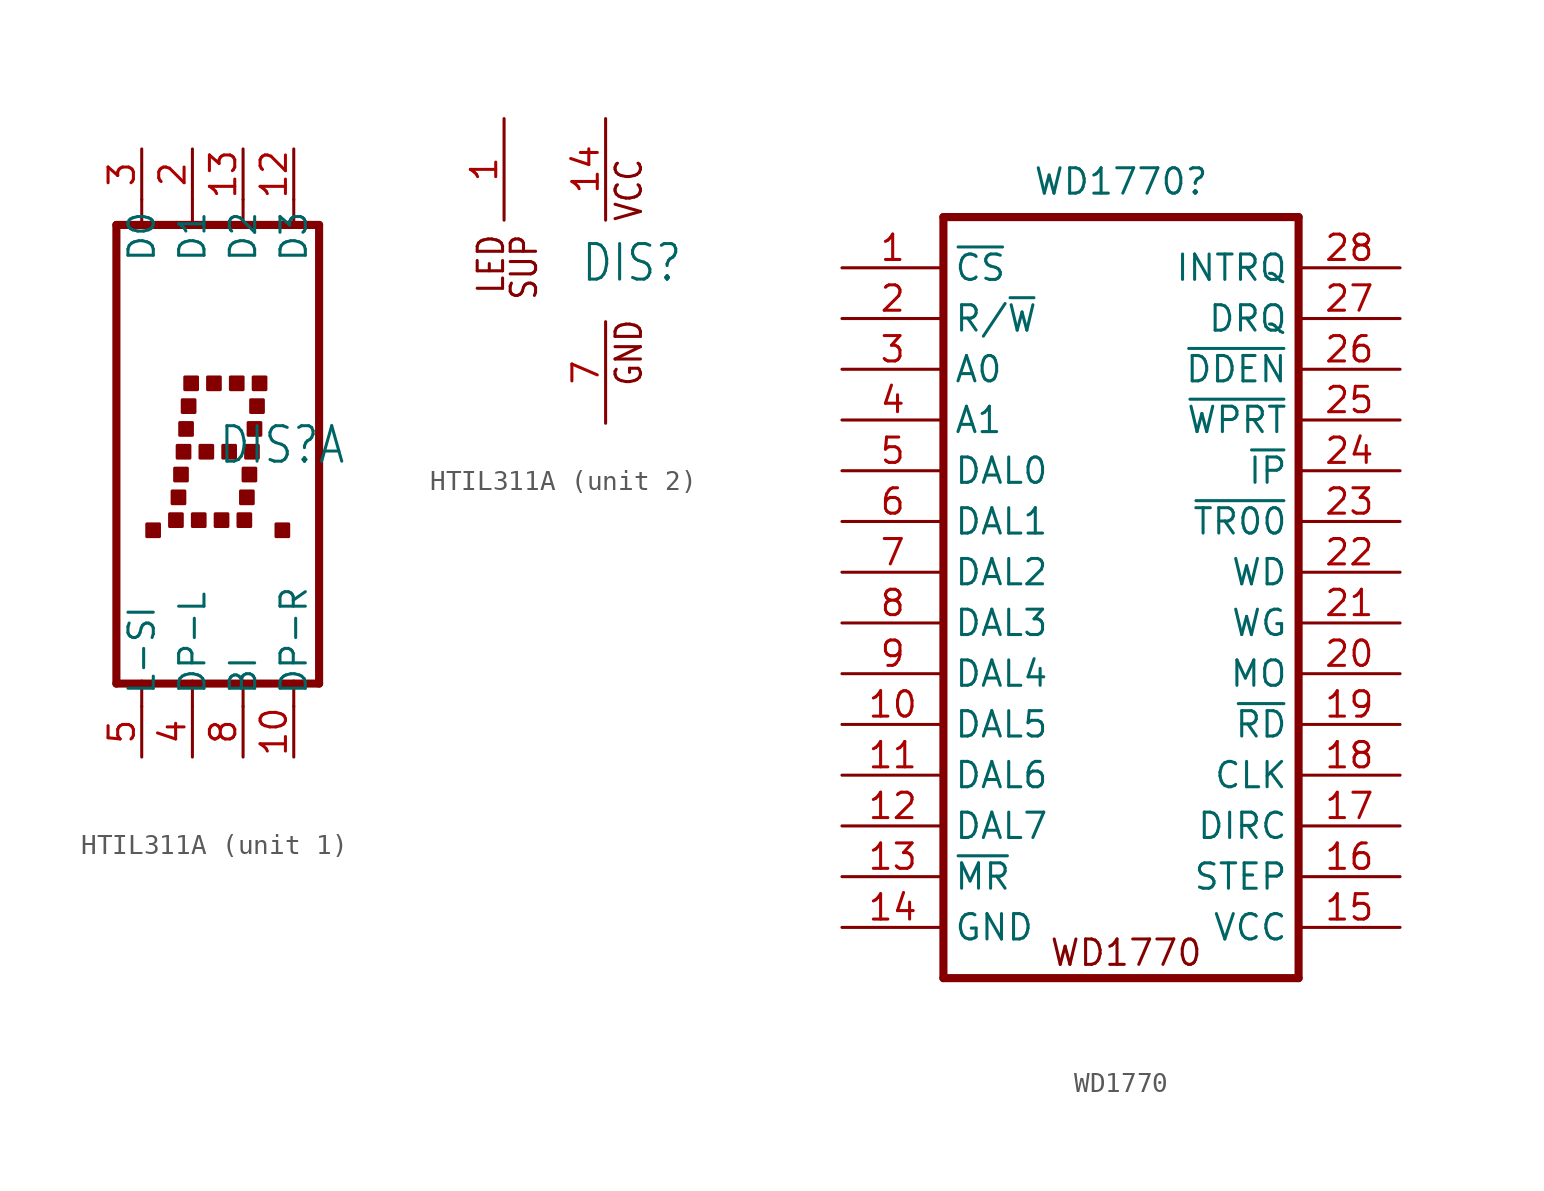
<source format=kicad_sym>
(kicad_symbol_lib
  (version 20231120)
  (generator "kicad_symbol_editor")
  (generator_version "8.0")
  (symbol "HTIL311A"
    (property "Reference" "DIS"
      (at -1.27 -0.635 0)
      (effects (font (size 1.778 1.511)) (justify left bottom)))
    (property "ki_locked" ""
      (at 0 0 0)
      (effects (font (size 1.27 1.27))))
    (symbol "HTIL311A_1_0"
      (rectangle (start -4.826 -4.191) (end -4.191 -3.556) (stroke (width 0) (type default)) (fill (type outline)))
      (rectangle (start -3.683 -3.683) (end -3.048 -3.048) (stroke (width 0) (type default)) (fill (type outline)))
      (rectangle (start -3.556 -2.54) (end -2.921 -1.905) (stroke (width 0) (type default)) (fill (type outline)))
      (rectangle (start -3.429 -1.397) (end -2.794 -0.762) (stroke (width 0) (type default)) (fill (type outline)))
      (rectangle (start -3.302 -0.254) (end -2.667 0.381) (stroke (width 0) (type default)) (fill (type outline)))
      (rectangle (start -3.175 0.889) (end -2.54 1.524) (stroke (width 0) (type default)) (fill (type outline)))
      (rectangle (start -3.048 2.032) (end -2.413 2.667) (stroke (width 0) (type default)) (fill (type outline)))
      (rectangle (start -2.921 3.175) (end -2.286 3.81) (stroke (width 0) (type default)) (fill (type outline)))
      (rectangle (start -2.54 -3.683) (end -1.905 -3.048) (stroke (width 0) (type default)) (fill (type outline)))
      (rectangle (start -2.159 -0.254) (end -1.524 0.381) (stroke (width 0) (type default)) (fill (type outline)))
      (rectangle (start -1.778 3.175) (end -1.143 3.81) (stroke (width 0) (type default)) (fill (type outline)))
      (rectangle (start -1.397 -3.683) (end -0.762 -3.048) (stroke (width 0) (type default)) (fill (type outline)))
      (rectangle (start -1.016 -0.254) (end -0.381 0.381) (stroke (width 0) (type default)) (fill (type outline)))
      (rectangle (start -0.635 3.175) (end 0 3.81) (stroke (width 0) (type default)) (fill (type outline)))
      (rectangle (start -0.254 -3.683) (end 0.381 -3.048) (stroke (width 0) (type default)) (fill (type outline)))
      (rectangle (start -0.127 -2.54) (end 0.508 -1.905) (stroke (width 0) (type default)) (fill (type outline)))
      (rectangle (start 0 -1.397) (end 0.635 -0.762) (stroke (width 0) (type default)) (fill (type outline)))
      (polyline (pts (xy -6.35 -11.557) (xy -6.35 11.43)) (stroke (width 0.406) (type solid)) (fill (type none)))
      (polyline (pts (xy -6.35 -11.557) (xy 3.81 -11.557)) (stroke (width 0.406) (type solid)) (fill (type none)))
      (polyline (pts (xy -6.35 11.43) (xy -5.08 11.43)) (stroke (width 0.406) (type solid)) (fill (type none)))
      (polyline (pts (xy -5.08 -11.43) (xy -5.08 -12.7)) (stroke (width 0.152) (type solid)) (fill (type none)))
      (polyline (pts (xy -5.08 11.43) (xy -2.54 11.43)) (stroke (width 0.406) (type solid)) (fill (type none)))
      (polyline (pts (xy -5.08 12.7) (xy -5.08 11.43)) (stroke (width 0.152) (type solid)) (fill (type none)))
      (polyline (pts (xy -2.54 -11.43) (xy -2.54 -12.7)) (stroke (width 0.152) (type solid)) (fill (type none)))
      (polyline (pts (xy -2.54 11.43) (xy 0 11.43)) (stroke (width 0.406) (type solid)) (fill (type none)))
      (polyline (pts (xy -2.54 12.7) (xy -2.54 11.43)) (stroke (width 0.152) (type solid)) (fill (type none)))
      (polyline (pts (xy 0 -11.43) (xy 0 -12.7)) (stroke (width 0.152) (type solid)) (fill (type none)))
      (polyline (pts (xy 0 11.43) (xy 2.54 11.43)) (stroke (width 0.406) (type solid)) (fill (type none)))
      (polyline (pts (xy 0 12.7) (xy 0 11.43)) (stroke (width 0.152) (type solid)) (fill (type none)))
      (polyline (pts (xy 2.54 -11.43) (xy 2.54 -12.7)) (stroke (width 0.152) (type solid)) (fill (type none)))
      (polyline (pts (xy 2.54 11.43) (xy 3.81 11.43)) (stroke (width 0.406) (type solid)) (fill (type none)))
      (polyline (pts (xy 2.54 12.7) (xy 2.54 11.43)) (stroke (width 0.152) (type solid)) (fill (type none)))
      (polyline (pts (xy 3.81 11.43) (xy 3.81 -11.557)) (stroke (width 0.406) (type solid)) (fill (type none)))
      (rectangle (start 0.127 -0.254) (end 0.762 0.381) (stroke (width 0) (type default)) (fill (type outline)))
      (rectangle (start 0.254 0.889) (end 0.889 1.524) (stroke (width 0) (type default)) (fill (type outline)))
      (rectangle (start 0.381 2.032) (end 1.016 2.667) (stroke (width 0) (type default)) (fill (type outline)))
      (rectangle (start 0.508 3.175) (end 1.143 3.81) (stroke (width 0) (type default)) (fill (type outline)))
      (rectangle (start 1.651 -4.191) (end 2.286 -3.556) (stroke (width 0) (type default)) (fill (type outline)))
      (pin input line (at 2.54 -15.24 90) (length 2.54) (name "DP-R" (effects (font (size 1.27 1.27)))) (number "10" (effects (font (size 1.27 1.27)))))
      (pin input line (at 2.54 15.24 270) (length 2.54) (name "D3" (effects (font (size 1.27 1.27)))) (number "12" (effects (font (size 1.27 1.27)))))
      (pin input line (at 0 15.24 270) (length 2.54) (name "D2" (effects (font (size 1.27 1.27)))) (number "13" (effects (font (size 1.27 1.27)))))
      (pin input line (at -2.54 15.24 270) (length 2.54) (name "D1" (effects (font (size 1.27 1.27)))) (number "2" (effects (font (size 1.27 1.27)))))
      (pin input line (at -5.08 15.24 270) (length 2.54) (name "D0" (effects (font (size 1.27 1.27)))) (number "3" (effects (font (size 1.27 1.27)))))
      (pin input line (at -2.54 -15.24 90) (length 2.54) (name "DP-L" (effects (font (size 1.27 1.27)))) (number "4" (effects (font (size 1.27 1.27)))))
      (pin input line (at -5.08 -15.24 90) (length 2.54) (name "L-SI" (effects (font (size 1.27 1.27)))) (number "5" (effects (font (size 1.27 1.27)))))
      (pin input line (at 0 -15.24 90) (length 2.54) (name "BI" (effects (font (size 1.27 1.27)))) (number "8" (effects (font (size 1.27 1.27))))))
    (symbol "HTIL311A_2_0"
      (text "GND" (at 1.905 -5.842 900) (effects (font (size 1.27 1.079)) (justify left bottom)))
      (text "LED" (at -6.477 1.905 900) (effects (font (size 1.27 1.079)) (justify right top)))
      (text "SUP" (at -4.826 1.905 900) (effects (font (size 1.27 1.079)) (justify right top)))
      (text "VCC" (at 1.905 2.413 900) (effects (font (size 1.27 1.079)) (justify left bottom)))
      (pin input line (at -5.08 7.62 270) (length 5.08) (name "LEDSUP" (effects (font (size 0 0)))) (number "1" (effects (font (size 1.27 1.27)))))
      (pin power_in line (at 0 7.62 270) (length 5.08) (name "VCC" (effects (font (size 0 0)))) (number "14" (effects (font (size 1.27 1.27)))))
      (pin power_in line (at 0 -7.62 90) (length 5.08) (name "GND" (effects (font (size 0 0)))) (number "7" (effects (font (size 1.27 1.27)))))))
  (symbol "WD1770"
    (property "Reference" "WD1770"
      (at -1.27 28.448 0)
      (effects (font (size 1.27 1.27))))
    (property "Value" ""
      (at -1.27 -1.27 0)
      (effects (font (size 1.27 1.27))))
    (symbol "WD1770_1_0"
      (polyline (pts (xy -10.16 -11.43) (xy -10.16 26.67)) (stroke (width 0.406) (type solid)) (fill (type none)))
      (polyline (pts (xy -10.16 -11.43) (xy 7.62 -11.43)) (stroke (width 0.406) (type solid)) (fill (type none)))
      (polyline (pts (xy 7.62 26.67) (xy -10.16 26.67)) (stroke (width 0.406) (type solid)) (fill (type none)))
      (polyline (pts (xy 7.62 26.67) (xy 7.62 -11.43)) (stroke (width 0.406) (type solid)) (fill (type none)))
      (pin input line (at -15.24 24.13 0) (length 5.08) (name "~{CS}" (effects (font (size 1.27 1.27)))) (number "1" (effects (font (size 1.27 1.27)))))
      (pin bidirectional line (at -15.24 1.27 0) (length 5.08) (name "DAL5" (effects (font (size 1.27 1.27)))) (number "10" (effects (font (size 1.27 1.27)))))
      (pin bidirectional line (at -15.24 -1.27 0) (length 5.08) (name "DAL6" (effects (font (size 1.27 1.27)))) (number "11" (effects (font (size 1.27 1.27)))))
      (pin bidirectional line (at -15.24 -3.81 0) (length 5.08) (name "DAL7" (effects (font (size 1.27 1.27)))) (number "12" (effects (font (size 1.27 1.27)))))
      (pin input line (at -15.24 -6.35 0) (length 5.08) (name "~{MR}" (effects (font (size 1.27 1.27)))) (number "13" (effects (font (size 1.27 1.27)))))
      (pin power_in line (at -15.24 -8.89 0) (length 5.08) (name "GND" (effects (font (size 1.27 1.27)))) (number "14" (effects (font (size 1.27 1.27)))))
      (pin power_in line (at 12.7 -8.89 180) (length 5.08) (name "VCC" (effects (font (size 1.27 1.27)))) (number "15" (effects (font (size 1.27 1.27)))))
      (pin output line (at 12.7 -6.35 180) (length 5.08) (name "STEP" (effects (font (size 1.27 1.27)))) (number "16" (effects (font (size 1.27 1.27)))))
      (pin output line (at 12.7 -3.81 180) (length 5.08) (name "DIRC" (effects (font (size 1.27 1.27)))) (number "17" (effects (font (size 1.27 1.27)))))
      (pin input line (at 12.7 -1.27 180) (length 5.08) (name "CLK" (effects (font (size 1.27 1.27)))) (number "18" (effects (font (size 1.27 1.27)))))
      (pin input line (at 12.7 1.27 180) (length 5.08) (name "~{RD}" (effects (font (size 1.27 1.27)))) (number "19" (effects (font (size 1.27 1.27)))))
      (pin input line (at -15.24 21.59 0) (length 5.08) (name "R/~{W}" (effects (font (size 1.27 1.27)))) (number "2" (effects (font (size 1.27 1.27)))))
      (pin output line (at 12.7 3.81 180) (length 5.08) (name "MO" (effects (font (size 1.27 1.27)))) (number "20" (effects (font (size 1.27 1.27)))))
      (pin output line (at 12.7 6.35 180) (length 5.08) (name "WG" (effects (font (size 1.27 1.27)))) (number "21" (effects (font (size 1.27 1.27)))))
      (pin output line (at 12.7 8.89 180) (length 5.08) (name "WD" (effects (font (size 1.27 1.27)))) (number "22" (effects (font (size 1.27 1.27)))))
      (pin input line (at 12.7 11.43 180) (length 5.08) (name "~{TR00}" (effects (font (size 1.27 1.27)))) (number "23" (effects (font (size 1.27 1.27)))))
      (pin input line (at 12.7 13.97 180) (length 5.08) (name "~{IP}" (effects (font (size 1.27 1.27)))) (number "24" (effects (font (size 1.27 1.27)))))
      (pin input line (at 12.7 16.51 180) (length 5.08) (name "~{WPRT}" (effects (font (size 1.27 1.27)))) (number "25" (effects (font (size 1.27 1.27)))))
      (pin input line (at 12.7 19.05 180) (length 5.08) (name "~{DDEN}" (effects (font (size 1.27 1.27)))) (number "26" (effects (font (size 1.27 1.27)))))
      (pin output line (at 12.7 21.59 180) (length 5.08) (name "DRQ" (effects (font (size 1.27 1.27)))) (number "27" (effects (font (size 1.27 1.27)))))
      (pin output line (at 12.7 24.13 180) (length 5.08) (name "INTRQ" (effects (font (size 1.27 1.27)))) (number "28" (effects (font (size 1.27 1.27)))))
      (pin input line (at -15.24 19.05 0) (length 5.08) (name "A0" (effects (font (size 1.27 1.27)))) (number "3" (effects (font (size 1.27 1.27)))))
      (pin input line (at -15.24 16.51 0) (length 5.08) (name "A1" (effects (font (size 1.27 1.27)))) (number "4" (effects (font (size 1.27 1.27)))))
      (pin bidirectional line (at -15.24 13.97 0) (length 5.08) (name "DAL0" (effects (font (size 1.27 1.27)))) (number "5" (effects (font (size 1.27 1.27)))))
      (pin bidirectional line (at -15.24 11.43 0) (length 5.08) (name "DAL1" (effects (font (size 1.27 1.27)))) (number "6" (effects (font (size 1.27 1.27)))))
      (pin bidirectional line (at -15.24 8.89 0) (length 5.08) (name "DAL2" (effects (font (size 1.27 1.27)))) (number "7" (effects (font (size 1.27 1.27)))))
      (pin bidirectional line (at -15.24 6.35 0) (length 5.08) (name "DAL3" (effects (font (size 1.27 1.27)))) (number "8" (effects (font (size 1.27 1.27)))))
      (pin bidirectional line (at -15.24 3.81 0) (length 5.08) (name "DAL4" (effects (font (size 1.27 1.27)))) (number "9" (effects (font (size 1.27 1.27))))))
    (symbol "WD1770_1_1"
      (text "WD1770" (at -1.016 -10.16 0) (effects (font (size 1.27 1.27)))))))
</source>
